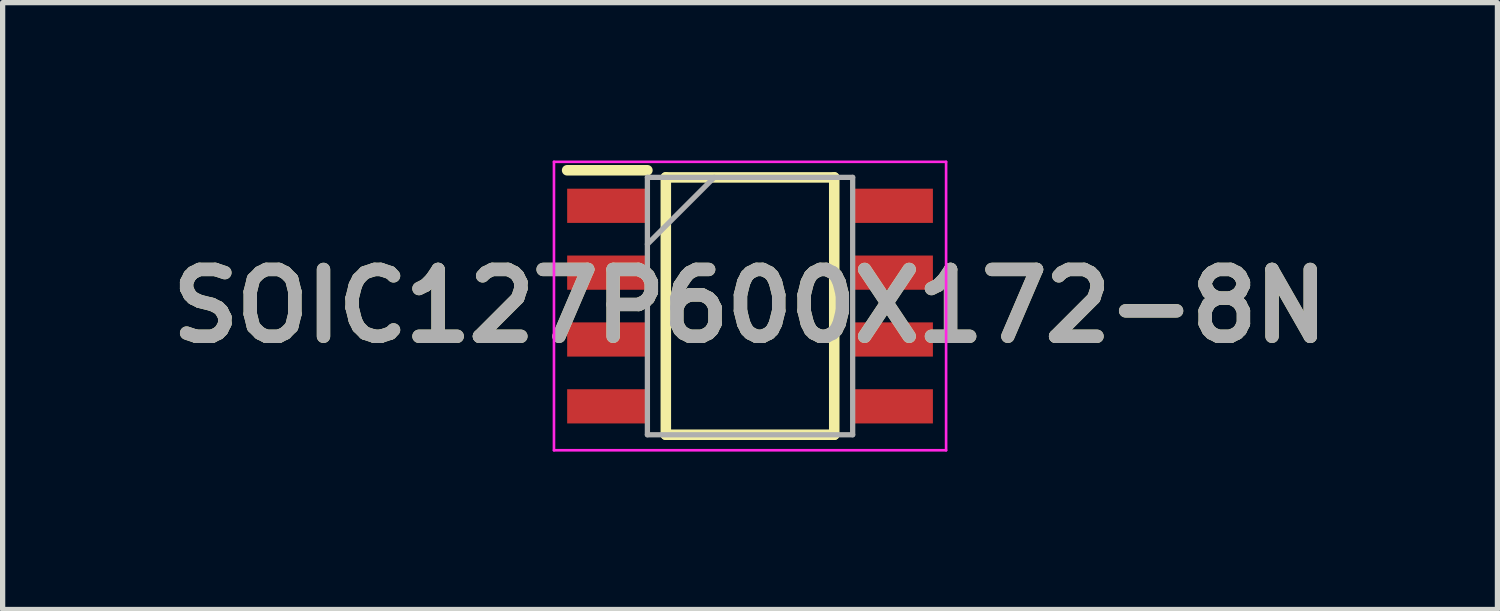
<source format=kicad_pcb>
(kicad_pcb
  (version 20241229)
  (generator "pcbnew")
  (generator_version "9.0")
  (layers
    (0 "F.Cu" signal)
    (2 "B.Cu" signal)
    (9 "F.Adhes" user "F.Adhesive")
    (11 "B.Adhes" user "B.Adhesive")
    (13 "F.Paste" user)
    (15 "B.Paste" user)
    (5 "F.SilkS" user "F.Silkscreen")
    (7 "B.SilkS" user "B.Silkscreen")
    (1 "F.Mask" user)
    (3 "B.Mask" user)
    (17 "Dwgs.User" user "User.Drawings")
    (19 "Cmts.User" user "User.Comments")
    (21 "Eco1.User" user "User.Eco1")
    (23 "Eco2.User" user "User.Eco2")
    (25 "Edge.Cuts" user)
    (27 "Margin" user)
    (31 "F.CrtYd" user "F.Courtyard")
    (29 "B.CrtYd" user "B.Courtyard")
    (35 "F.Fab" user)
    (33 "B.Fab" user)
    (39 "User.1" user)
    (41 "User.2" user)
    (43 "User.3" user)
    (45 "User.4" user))
  (footprint "SOIC127P600X172-8N"
    (layer "F.Cu")
    (at 11.2 2.765)
    (property "Reference" "SOIC127P600X172-8N" (at 0 0 0) (layer "F.SilkS") (effects (font (size 1.27 1.27) (thickness 0.254))))
    (attr smd)
    (fp_line (start -3.475 -2.58) (end -1.95 -2.58) (stroke (width 0.2) (type solid)) (layer "F.SilkS"))
    (fp_line (start -1.6 -2.445) (end 1.6 -2.445) (stroke (width 0.2) (type solid)) (layer "F.SilkS"))
    (fp_line (start -1.6 2.445) (end -1.6 -2.445) (stroke (width 0.2) (type solid)) (layer "F.SilkS"))
    (fp_line (start 1.6 -2.445) (end 1.6 2.445) (stroke (width 0.2) (type solid)) (layer "F.SilkS"))
    (fp_line (start 1.6 2.445) (end -1.6 2.445) (stroke (width 0.2) (type solid)) (layer "F.SilkS"))
    (fp_line (start -3.725 -2.74) (end 3.725 -2.74) (stroke (width 0.05) (type solid)) (layer "F.CrtYd"))
    (fp_line (start -3.725 2.74) (end -3.725 -2.74) (stroke (width 0.05) (type solid)) (layer "F.CrtYd"))
    (fp_line (start 3.725 -2.74) (end 3.725 2.74) (stroke (width 0.05) (type solid)) (layer "F.CrtYd"))
    (fp_line (start 3.725 2.74) (end -3.725 2.74) (stroke (width 0.05) (type solid)) (layer "F.CrtYd"))
    (fp_line (start -1.95 -2.445) (end 1.95 -2.445) (stroke (width 0.1) (type solid)) (layer "F.Fab"))
    (fp_line (start -1.95 -1.175) (end -0.68 -2.445) (stroke (width 0.1) (type solid)) (layer "F.Fab"))
    (fp_line (start -1.95 2.445) (end -1.95 -2.445) (stroke (width 0.1) (type solid)) (layer "F.Fab"))
    (fp_line (start 1.95 -2.445) (end 1.95 2.445) (stroke (width 0.1) (type solid)) (layer "F.Fab"))
    (fp_line (start 1.95 2.445) (end -1.95 2.445) (stroke (width 0.1) (type solid)) (layer "F.Fab"))
    (fp_text user "${REFERENCE}" (at 0 0 0) (layer "F.Fab") (effects (font (size 1.27 1.27) (thickness 0.254))))
    (pad "1" smd rect (at -2.712 -1.905 90) (size 0.65 1.525) (layers "F.Cu" "F.Mask" "F.Paste"))
    (pad "2" smd rect (at -2.712 -0.635 90) (size 0.65 1.525) (layers "F.Cu" "F.Mask" "F.Paste"))
    (pad "3" smd rect (at -2.712 0.635 90) (size 0.65 1.525) (layers "F.Cu" "F.Mask" "F.Paste"))
    (pad "4" smd rect (at -2.712 1.905 90) (size 0.65 1.525) (layers "F.Cu" "F.Mask" "F.Paste"))
    (pad "5" smd rect (at 2.712 1.905 90) (size 0.65 1.525) (layers "F.Cu" "F.Mask" "F.Paste"))
    (pad "6" smd rect (at 2.712 0.635 90) (size 0.65 1.525) (layers "F.Cu" "F.Mask" "F.Paste"))
    (pad "7" smd rect (at 2.712 -0.635 90) (size 0.65 1.525) (layers "F.Cu" "F.Mask" "F.Paste"))
    (pad "8" smd rect (at 2.712 -1.905 90) (size 0.65 1.525) (layers "F.Cu" "F.Mask" "F.Paste")))
  (gr_rect
    (start -3 -3)
    (end 25.4 8.53)
    (stroke (width 0.1) (type default))
    (fill no)
    (layer "Edge.Cuts")))
</source>
